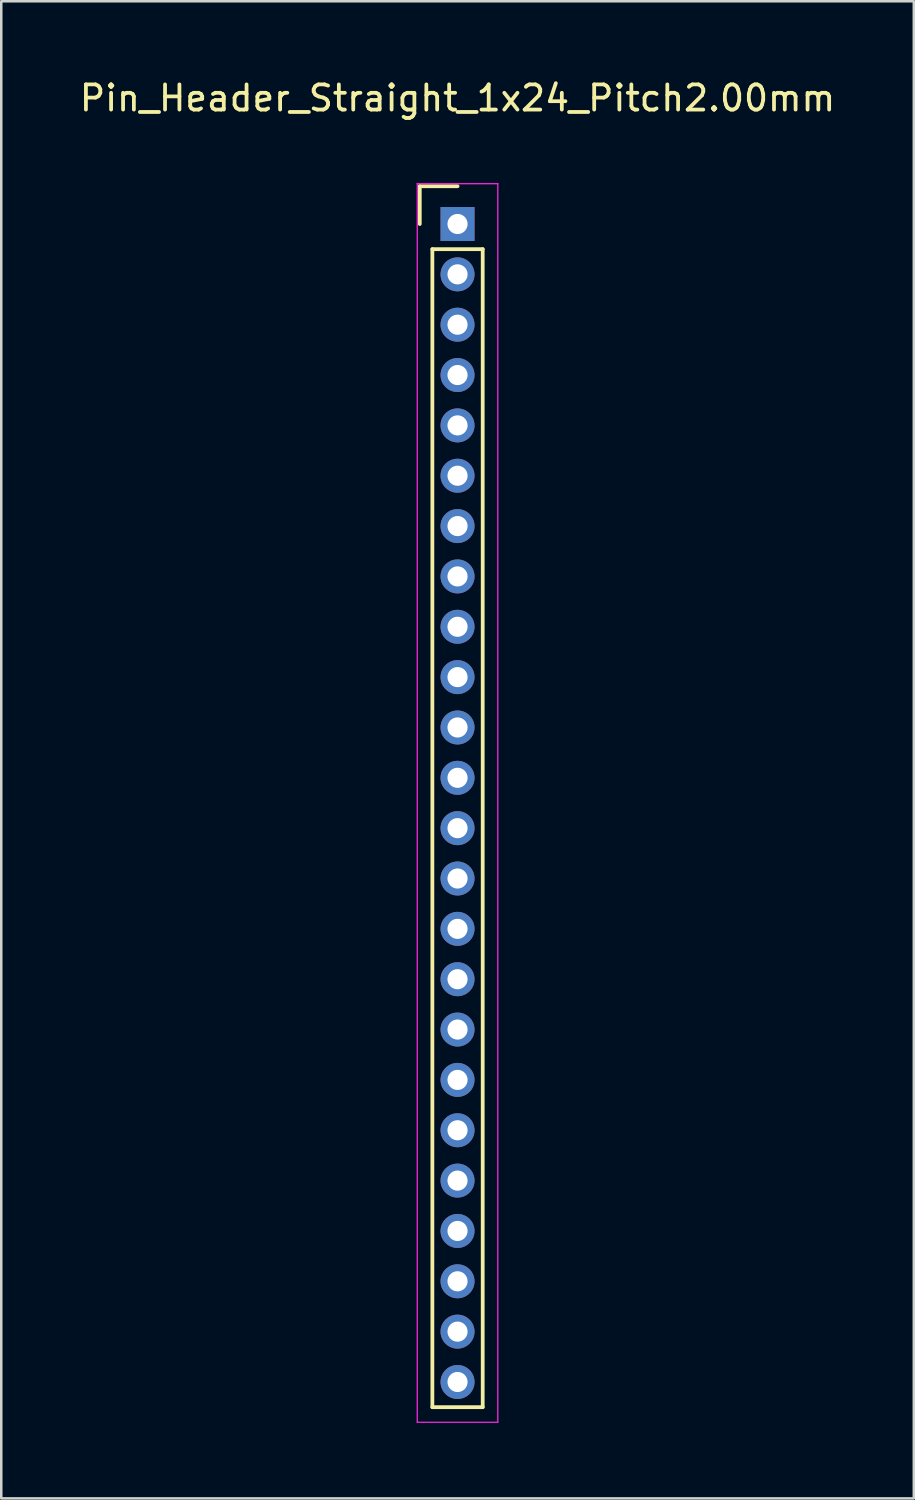
<source format=kicad_pcb>
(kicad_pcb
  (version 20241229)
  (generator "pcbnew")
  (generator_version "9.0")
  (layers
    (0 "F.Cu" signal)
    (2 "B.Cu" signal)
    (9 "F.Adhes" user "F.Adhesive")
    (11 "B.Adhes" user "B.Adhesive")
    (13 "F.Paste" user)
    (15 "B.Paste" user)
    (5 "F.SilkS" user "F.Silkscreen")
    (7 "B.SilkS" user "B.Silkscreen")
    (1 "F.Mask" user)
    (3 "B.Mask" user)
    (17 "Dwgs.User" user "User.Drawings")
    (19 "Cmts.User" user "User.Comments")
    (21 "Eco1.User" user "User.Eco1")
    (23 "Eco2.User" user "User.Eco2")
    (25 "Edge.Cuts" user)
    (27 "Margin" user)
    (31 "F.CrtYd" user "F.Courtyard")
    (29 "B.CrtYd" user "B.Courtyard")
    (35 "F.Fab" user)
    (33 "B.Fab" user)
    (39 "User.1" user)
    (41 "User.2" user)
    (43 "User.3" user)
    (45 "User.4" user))
  (footprint "Pin_Header_Straight_1x24_Pitch2.00mm"
    (layer "F.Cu")
    (at 15.125 5.848)
    (property "Reference" "Pin_Header_Straight_1x24_Pitch2.00mm" (at 0 -5 0) (layer "F.SilkS") (effects (font (size 1 1) (thickness 0.15))))
    (attr through_hole)
    (fp_line (start -1.5 -1.5) (end 0 -1.5) (stroke (width 0.15) (type solid)) (layer "F.SilkS"))
    (fp_line (start -1.5 0) (end -1.5 -1.5) (stroke (width 0.15) (type solid)) (layer "F.SilkS"))
    (fp_line (start -1 1) (end 1 1) (stroke (width 0.15) (type solid)) (layer "F.SilkS"))
    (fp_line (start -1 47) (end -1 1) (stroke (width 0.15) (type solid)) (layer "F.SilkS"))
    (fp_line (start 1 1) (end 1 47) (stroke (width 0.15) (type solid)) (layer "F.SilkS"))
    (fp_line (start 1 47) (end -1 47) (stroke (width 0.15) (type solid)) (layer "F.SilkS"))
    (fp_line (start -1.6 -1.6) (end 1.6 -1.6) (stroke (width 0.05) (type solid)) (layer "F.CrtYd"))
    (fp_line (start -1.6 47.6) (end -1.6 -1.6) (stroke (width 0.05) (type solid)) (layer "F.CrtYd"))
    (fp_line (start 1.6 -1.6) (end 1.6 47.6) (stroke (width 0.05) (type solid)) (layer "F.CrtYd"))
    (fp_line (start 1.6 47.6) (end -1.6 47.6) (stroke (width 0.05) (type solid)) (layer "F.CrtYd"))
    (pad "1" thru_hole rect (at 0 0) (size 1.35 1.35) (drill 0.8) (layers "*.Cu" "*.Mask"))
    (pad "2" thru_hole circle (at 0 2) (size 1.35 1.35) (drill 0.8) (layers "*.Cu" "*.Mask"))
    (pad "3" thru_hole circle (at 0 4) (size 1.35 1.35) (drill 0.8) (layers "*.Cu" "*.Mask"))
    (pad "4" thru_hole circle (at 0 6) (size 1.35 1.35) (drill 0.8) (layers "*.Cu" "*.Mask"))
    (pad "5" thru_hole circle (at 0 8) (size 1.35 1.35) (drill 0.8) (layers "*.Cu" "*.Mask"))
    (pad "6" thru_hole circle (at 0 10) (size 1.35 1.35) (drill 0.8) (layers "*.Cu" "*.Mask"))
    (pad "7" thru_hole circle (at 0 12) (size 1.35 1.35) (drill 0.8) (layers "*.Cu" "*.Mask"))
    (pad "8" thru_hole circle (at 0 14) (size 1.35 1.35) (drill 0.8) (layers "*.Cu" "*.Mask"))
    (pad "9" thru_hole circle (at 0 16) (size 1.35 1.35) (drill 0.8) (layers "*.Cu" "*.Mask"))
    (pad "10" thru_hole circle (at 0 18) (size 1.35 1.35) (drill 0.8) (layers "*.Cu" "*.Mask"))
    (pad "11" thru_hole circle (at 0 20) (size 1.35 1.35) (drill 0.8) (layers "*.Cu" "*.Mask"))
    (pad "12" thru_hole circle (at 0 22) (size 1.35 1.35) (drill 0.8) (layers "*.Cu" "*.Mask"))
    (pad "13" thru_hole circle (at 0 24) (size 1.35 1.35) (drill 0.8) (layers "*.Cu" "*.Mask"))
    (pad "14" thru_hole circle (at 0 26) (size 1.35 1.35) (drill 0.8) (layers "*.Cu" "*.Mask"))
    (pad "15" thru_hole circle (at 0 28) (size 1.35 1.35) (drill 0.8) (layers "*.Cu" "*.Mask"))
    (pad "16" thru_hole circle (at 0 30) (size 1.35 1.35) (drill 0.8) (layers "*.Cu" "*.Mask"))
    (pad "17" thru_hole circle (at 0 32) (size 1.35 1.35) (drill 0.8) (layers "*.Cu" "*.Mask"))
    (pad "18" thru_hole circle (at 0 34) (size 1.35 1.35) (drill 0.8) (layers "*.Cu" "*.Mask"))
    (pad "19" thru_hole circle (at 0 36) (size 1.35 1.35) (drill 0.8) (layers "*.Cu" "*.Mask"))
    (pad "20" thru_hole circle (at 0 38) (size 1.35 1.35) (drill 0.8) (layers "*.Cu" "*.Mask"))
    (pad "21" thru_hole circle (at 0 40) (size 1.35 1.35) (drill 0.8) (layers "*.Cu" "*.Mask"))
    (pad "22" thru_hole circle (at 0 42) (size 1.35 1.35) (drill 0.8) (layers "*.Cu" "*.Mask"))
    (pad "23" thru_hole circle (at 0 44) (size 1.35 1.35) (drill 0.8) (layers "*.Cu" "*.Mask"))
    (pad "24" thru_hole circle (at 0 46) (size 1.35 1.35) (drill 0.8) (layers "*.Cu" "*.Mask")))
  (gr_rect
    (start -3 -3)
    (end 33.25 56.473)
    (stroke (width 0.1) (type default))
    (fill no)
    (layer "Edge.Cuts")))
</source>
